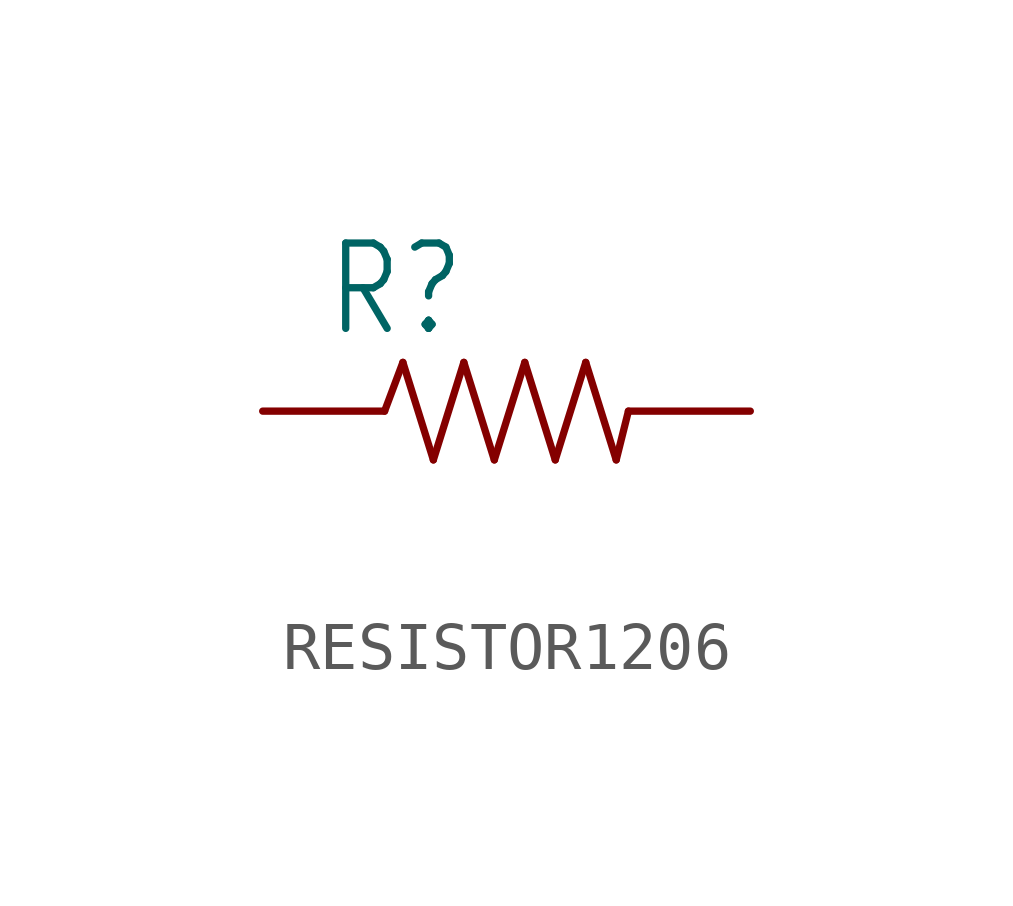
<source format=kicad_sym>
(kicad_symbol_lib
  (version 20220914)
  (generator kicad_symbol_editor)
  (symbol "RESISTOR1206"
    (property "Reference" "R"
      (at -3.81 1.499 0)
      (effects (font (size 1.778 1.511)) (justify left bottom)))
    (property "Value" ""
      (at -3.81 -3.302 0)
      (effects (font (size 1.778 1.511)) (justify left bottom)))
    (property "ki_locked" ""
      (at 0 0 0)
      (effects (font (size 1.27 1.27))))
    (symbol "RESISTOR1206_1_0"
      (polyline (pts (xy -2.54 0) (xy -2.159 1.016)) (stroke (width 0.152) (type solid)) (fill (type none)))
      (polyline (pts (xy -2.159 1.016) (xy -1.524 -1.016)) (stroke (width 0.152) (type solid)) (fill (type none)))
      (polyline (pts (xy -1.524 -1.016) (xy -0.889 1.016)) (stroke (width 0.152) (type solid)) (fill (type none)))
      (polyline (pts (xy -0.889 1.016) (xy -0.254 -1.016)) (stroke (width 0.152) (type solid)) (fill (type none)))
      (polyline (pts (xy -0.254 -1.016) (xy 0.381 1.016)) (stroke (width 0.152) (type solid)) (fill (type none)))
      (polyline (pts (xy 0.381 1.016) (xy 1.016 -1.016)) (stroke (width 0.152) (type solid)) (fill (type none)))
      (polyline (pts (xy 1.016 -1.016) (xy 1.651 1.016)) (stroke (width 0.152) (type solid)) (fill (type none)))
      (polyline (pts (xy 1.651 1.016) (xy 2.286 -1.016)) (stroke (width 0.152) (type solid)) (fill (type none)))
      (polyline (pts (xy 2.286 -1.016) (xy 2.54 0)) (stroke (width 0.152) (type solid)) (fill (type none)))
      (pin passive line (at -5.08 0 0) (length 2.54) (name "1" (effects (font (size 0 0)))) (number "1" (effects (font (size 0 0)))))
      (pin passive line (at 5.08 0 180) (length 2.54) (name "2" (effects (font (size 0 0)))) (number "2" (effects (font (size 0 0))))))))
</source>
